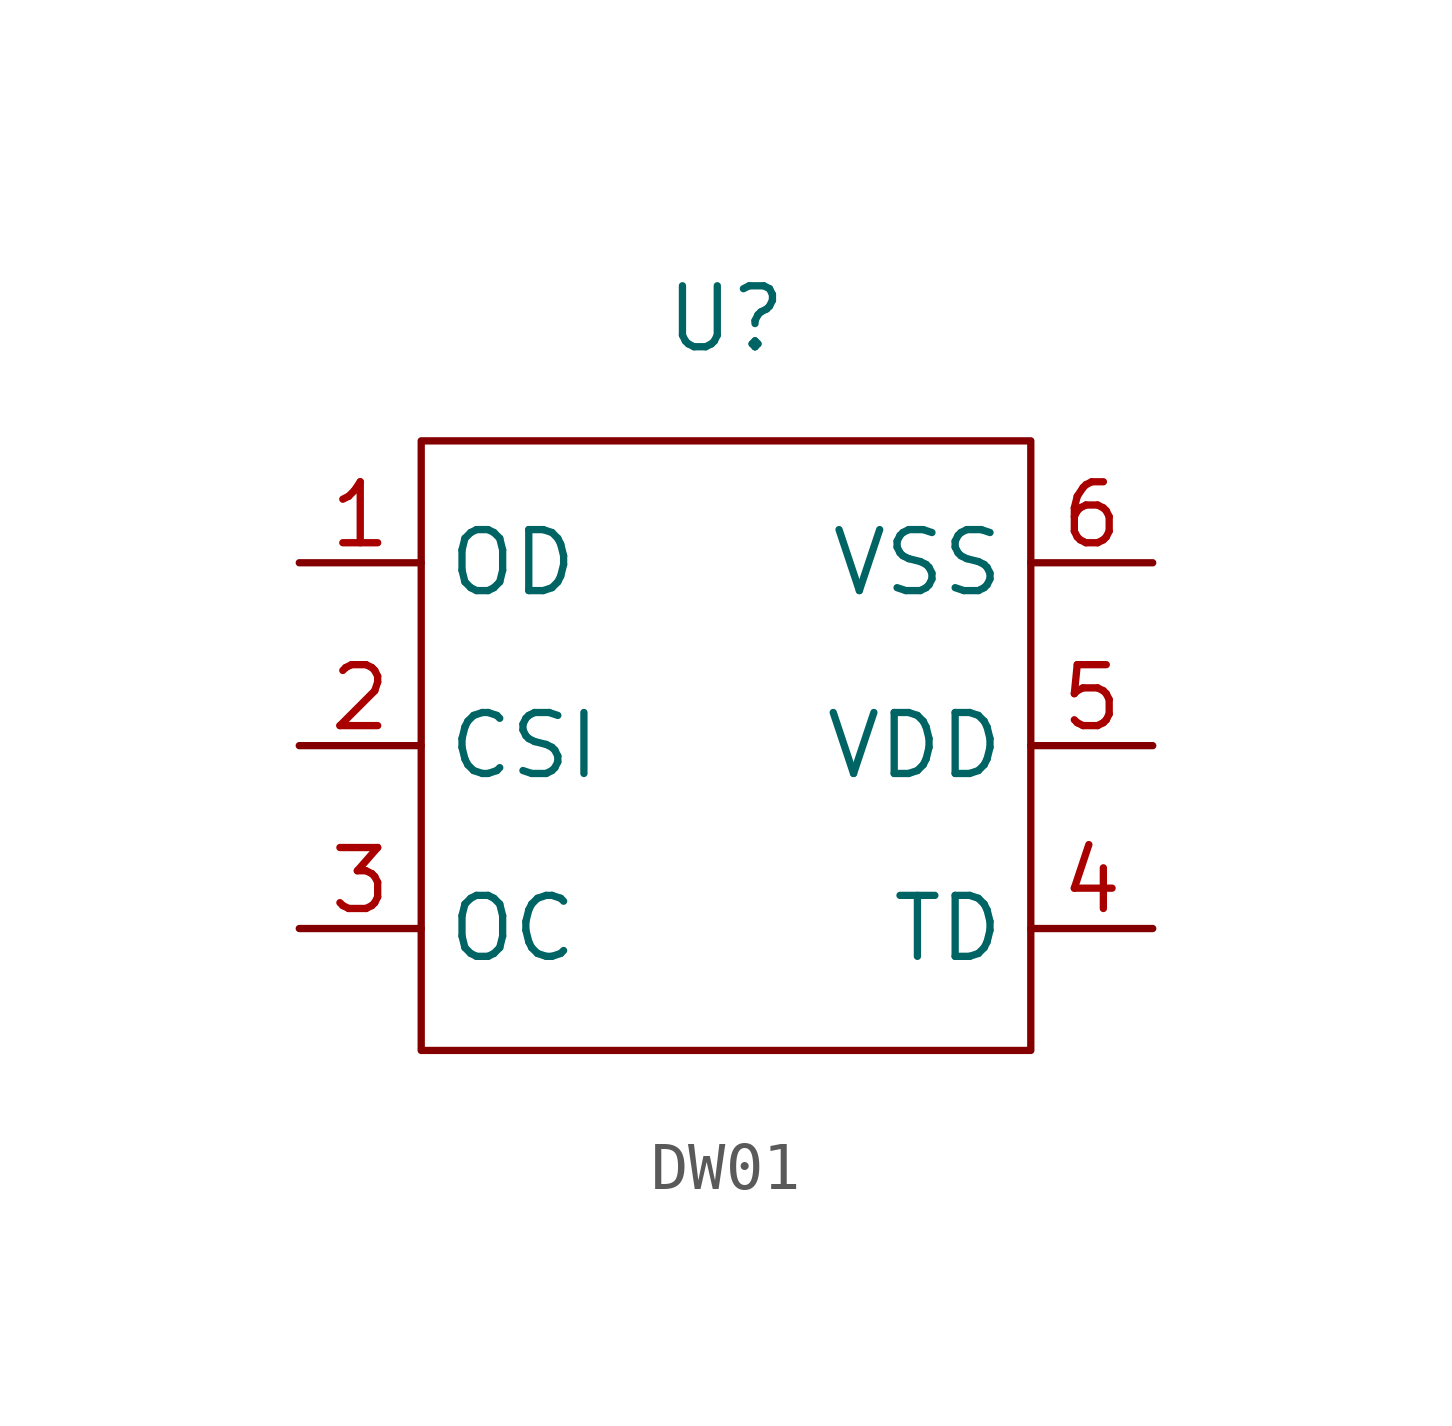
<source format=kicad_sym>
(kicad_symbol_lib
  (version 20241209)
  (generator "kicad_symbol_editor")
  (generator_version "9.0")
  (symbol "DW01"
    (property "Reference" "U"
      (at 0 8.89 0)
      (effects (font (size 1.27 1.27))))
    (property "Value" ""
      (at 0 0 0)
      (effects (font (size 1.27 1.27))))
    (symbol "DW01_0_1"
      (rectangle (start -6.35 6.35) (end 6.35 -6.35) (stroke (width 0) (type default)) (fill (type none))))
    (symbol "DW01_1_1"
      (pin output line (at -8.89 3.81 0) (length 2.54) (name "OD" (effects (font (size 1.27 1.27)))) (number "1" (effects (font (size 1.27 1.27)))))
      (pin bidirectional line (at -8.89 0 0) (length 2.54) (name "CSI" (effects (font (size 1.27 1.27)))) (number "2" (effects (font (size 1.27 1.27)))))
      (pin output line (at -8.89 -3.81 0) (length 2.54) (name "OC" (effects (font (size 1.27 1.27)))) (number "3" (effects (font (size 1.27 1.27)))))
      (pin power_in line (at 8.89 3.81 180) (length 2.54) (name "VSS" (effects (font (size 1.27 1.27)))) (number "6" (effects (font (size 1.27 1.27)))))
      (pin power_in line (at 8.89 0 180) (length 2.54) (name "VDD" (effects (font (size 1.27 1.27)))) (number "5" (effects (font (size 1.27 1.27)))))
      (pin input line (at 8.89 -3.81 180) (length 2.54) (name "TD" (effects (font (size 1.27 1.27)))) (number "4" (effects (font (size 1.27 1.27))))))))
</source>
